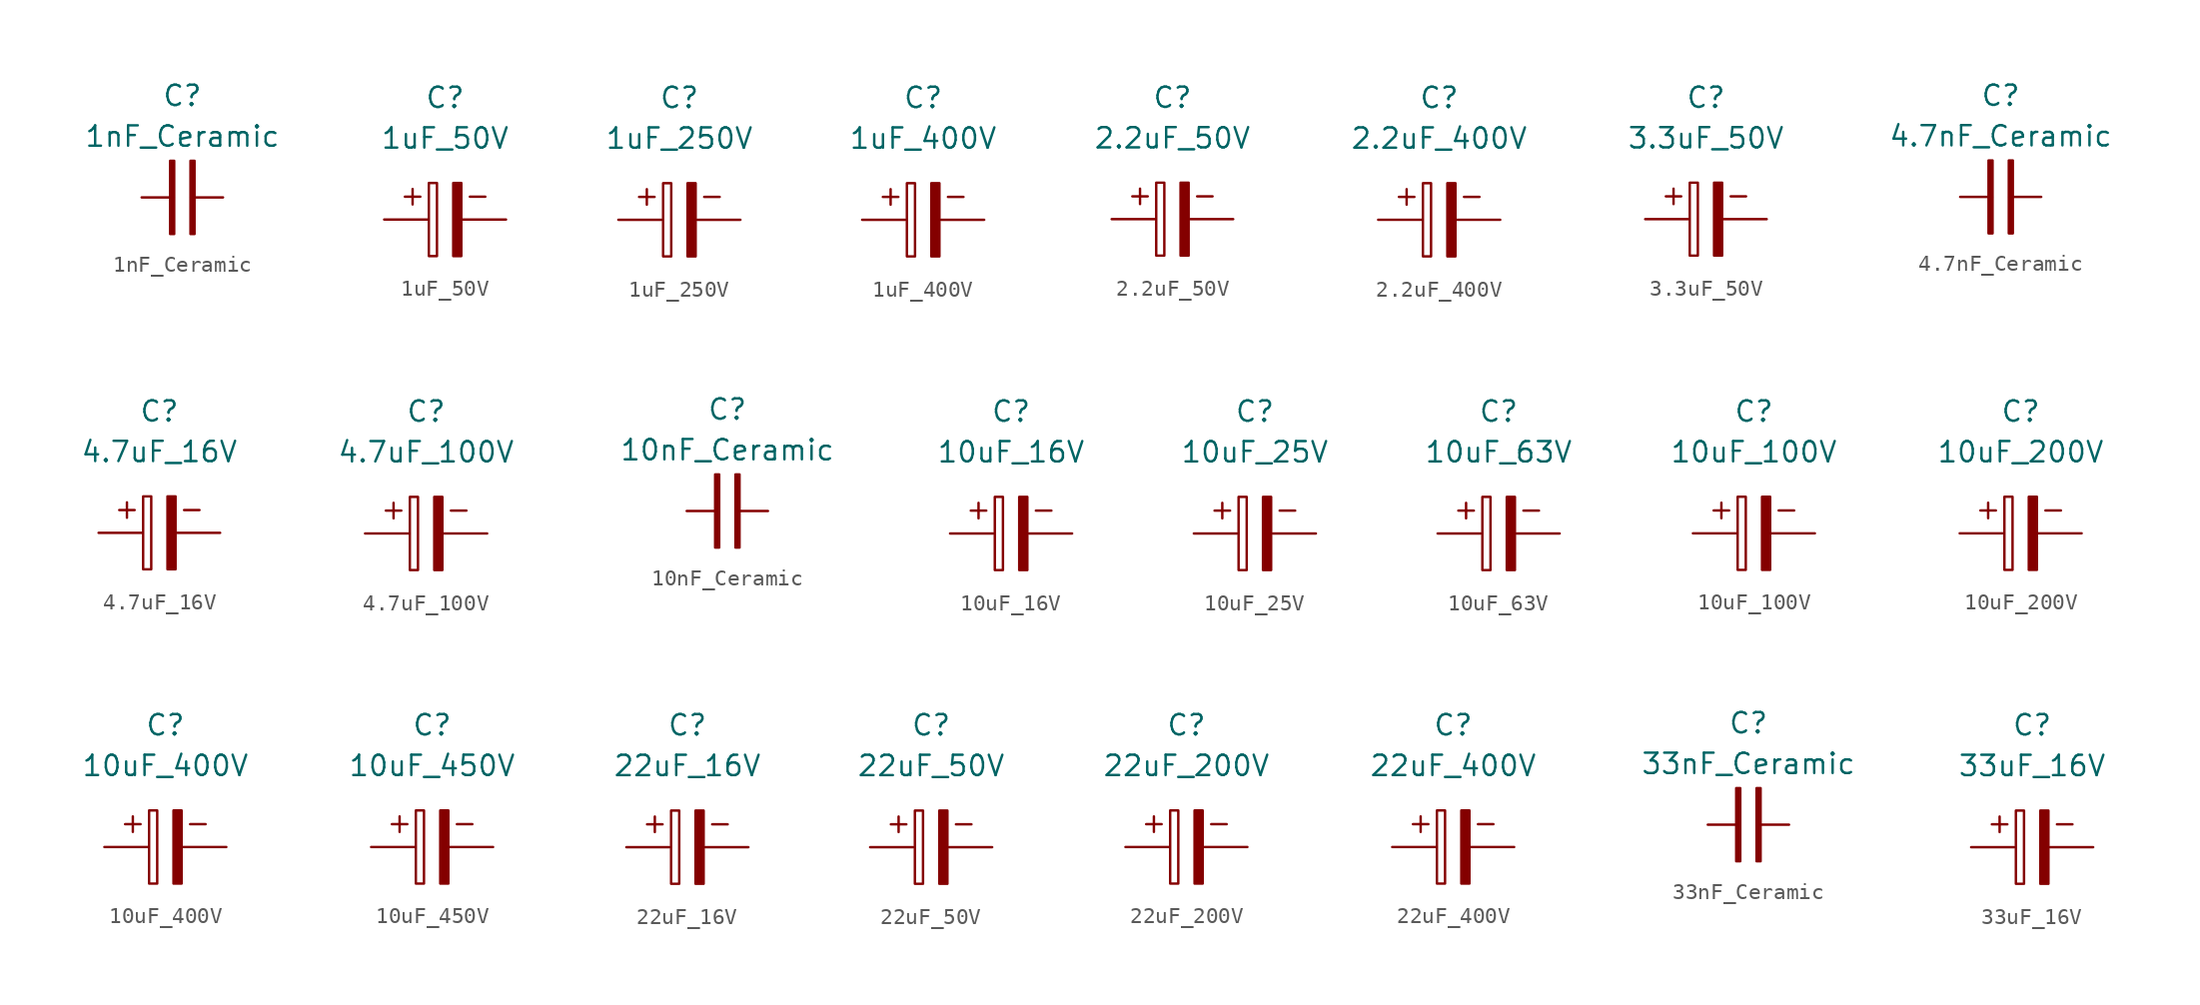
<source format=kicad_sym>
(kicad_symbol_lib
  (version 20220914)
  (generator kicad_symbol_editor)
  (symbol "1nF_Ceramic"
    (property "Reference" "C"
      (at 0 6.35 0)
      (effects (font (size 1.27 1.27))))
    (property "Value" "1nF_Ceramic"
      (at 0 3.81 0)
      (effects (font (size 1.27 1.27))))
    (symbol "1nF_Ceramic_0_1"
      (rectangle (start -0.762 2.286) (end -0.508 -2.286) (stroke (width 0) (type default)) (fill (type outline)))
      (rectangle (start 0.508 2.286) (end 0.762 -2.286) (stroke (width 0) (type default)) (fill (type outline))))
    (symbol "1nF_Ceramic_1_1"
      (pin passive line (at -2.54 0 0) (length 2) (name "~" (effects (font (size 0 0)))) (number "1" (effects (font (size 0 0)))))
      (pin input line (at 2.54 0 180) (length 2) (name "~" (effects (font (size 0 0)))) (number "2" (effects (font (size 0 0)))))))
  (symbol "1uF_50V"
    (property "Reference" "C"
      (at 0 7.62 0)
      (effects (font (size 1.27 1.27))))
    (property "Value" "1uF_50V"
      (at 0 5.08 0)
      (effects (font (size 1.27 1.27))))
    (symbol "1uF_50V_0_0"
      (text "+" (at -2.032 1.524 0) (effects (font (size 1.27 1.27))))
      (text "-" (at 2.032 1.524 0) (effects (font (size 1.27 1.27)))))
    (symbol "1uF_50V_0_1"
      (rectangle (start -1.016 -2.286) (end -0.508 2.286) (stroke (width 0) (type default)) (fill (type none)))
      (rectangle (start 0.508 -2.286) (end 1.016 2.286) (stroke (width 0) (type default)) (fill (type outline))))
    (symbol "1uF_50V_1_1"
      (pin passive line (at -3.81 0 0) (length 2.7) (name "~" (effects (font (size 0 0)))) (number "1" (effects (font (size 0 0)))))
      (pin input line (at 3.81 0 180) (length 2.7) (name "~" (effects (font (size 0 0)))) (number "2" (effects (font (size 0 0)))))))
  (symbol "1uF_250V"
    (property "Reference" "C"
      (at 0 7.62 0)
      (effects (font (size 1.27 1.27))))
    (property "Value" "1uF_250V"
      (at 0 5.08 0)
      (effects (font (size 1.27 1.27))))
    (symbol "1uF_250V_0_0"
      (text "+" (at -2.032 1.524 0) (effects (font (size 1.27 1.27))))
      (text "-" (at 2.032 1.524 0) (effects (font (size 1.27 1.27)))))
    (symbol "1uF_250V_0_1"
      (rectangle (start -1.016 -2.286) (end -0.508 2.286) (stroke (width 0) (type default)) (fill (type none)))
      (rectangle (start 0.508 -2.286) (end 1.016 2.286) (stroke (width 0) (type default)) (fill (type outline))))
    (symbol "1uF_250V_1_1"
      (pin passive line (at -3.81 0 0) (length 2.7) (name "~" (effects (font (size 0 0)))) (number "1" (effects (font (size 0 0)))))
      (pin input line (at 3.81 0 180) (length 2.7) (name "~" (effects (font (size 0 0)))) (number "2" (effects (font (size 0 0)))))))
  (symbol "1uF_400V"
    (property "Reference" "C"
      (at 0 7.62 0)
      (effects (font (size 1.27 1.27))))
    (property "Value" "1uF_400V"
      (at 0 5.08 0)
      (effects (font (size 1.27 1.27))))
    (symbol "1uF_400V_0_0"
      (text "+" (at -2.032 1.524 0) (effects (font (size 1.27 1.27))))
      (text "-" (at 2.032 1.524 0) (effects (font (size 1.27 1.27)))))
    (symbol "1uF_400V_0_1"
      (rectangle (start -1.016 -2.286) (end -0.508 2.286) (stroke (width 0) (type default)) (fill (type none)))
      (rectangle (start 0.508 -2.286) (end 1.016 2.286) (stroke (width 0) (type default)) (fill (type outline))))
    (symbol "1uF_400V_1_1"
      (pin passive line (at -3.81 0 0) (length 2.7) (name "~" (effects (font (size 0 0)))) (number "1" (effects (font (size 0 0)))))
      (pin input line (at 3.81 0 180) (length 2.7) (name "~" (effects (font (size 0 0)))) (number "2" (effects (font (size 0 0)))))))
  (symbol "2.2uF_50V"
    (property "Reference" "C"
      (at 0 7.62 0)
      (effects (font (size 1.27 1.27))))
    (property "Value" "2.2uF_50V"
      (at 0 5.08 0)
      (effects (font (size 1.27 1.27))))
    (symbol "2.2uF_50V_0_0"
      (text "+" (at -2.032 1.524 0) (effects (font (size 1.27 1.27))))
      (text "-" (at 2.032 1.524 0) (effects (font (size 1.27 1.27)))))
    (symbol "2.2uF_50V_0_1"
      (rectangle (start -1.016 -2.286) (end -0.508 2.286) (stroke (width 0) (type default)) (fill (type none)))
      (rectangle (start 0.508 -2.286) (end 1.016 2.286) (stroke (width 0) (type default)) (fill (type outline))))
    (symbol "2.2uF_50V_1_1"
      (pin passive line (at -3.81 0 0) (length 2.7) (name "~" (effects (font (size 0 0)))) (number "1" (effects (font (size 0 0)))))
      (pin input line (at 3.81 0 180) (length 2.7) (name "~" (effects (font (size 0 0)))) (number "2" (effects (font (size 0 0)))))))
  (symbol "2.2uF_400V"
    (property "Reference" "C"
      (at 0 7.62 0)
      (effects (font (size 1.27 1.27))))
    (property "Value" "2.2uF_400V"
      (at 0 5.08 0)
      (effects (font (size 1.27 1.27))))
    (symbol "2.2uF_400V_0_0"
      (text "+" (at -2.032 1.524 0) (effects (font (size 1.27 1.27))))
      (text "-" (at 2.032 1.524 0) (effects (font (size 1.27 1.27)))))
    (symbol "2.2uF_400V_0_1"
      (rectangle (start -1.016 -2.286) (end -0.508 2.286) (stroke (width 0) (type default)) (fill (type none)))
      (rectangle (start 0.508 -2.286) (end 1.016 2.286) (stroke (width 0) (type default)) (fill (type outline))))
    (symbol "2.2uF_400V_1_1"
      (pin passive line (at -3.81 0 0) (length 2.7) (name "~" (effects (font (size 0 0)))) (number "1" (effects (font (size 0 0)))))
      (pin input line (at 3.81 0 180) (length 2.7) (name "~" (effects (font (size 0 0)))) (number "2" (effects (font (size 0 0)))))))
  (symbol "3.3uF_50V"
    (property "Reference" "C"
      (at 0 7.62 0)
      (effects (font (size 1.27 1.27))))
    (property "Value" "3.3uF_50V"
      (at 0 5.08 0)
      (effects (font (size 1.27 1.27))))
    (symbol "3.3uF_50V_0_0"
      (text "+" (at -2.032 1.524 0) (effects (font (size 1.27 1.27))))
      (text "-" (at 2.032 1.524 0) (effects (font (size 1.27 1.27)))))
    (symbol "3.3uF_50V_0_1"
      (rectangle (start -1.016 -2.286) (end -0.508 2.286) (stroke (width 0) (type default)) (fill (type none)))
      (rectangle (start 0.508 -2.286) (end 1.016 2.286) (stroke (width 0) (type default)) (fill (type outline))))
    (symbol "3.3uF_50V_1_1"
      (pin passive line (at -3.81 0 0) (length 2.7) (name "~" (effects (font (size 0 0)))) (number "1" (effects (font (size 0 0)))))
      (pin input line (at 3.81 0 180) (length 2.7) (name "~" (effects (font (size 0 0)))) (number "2" (effects (font (size 0 0)))))))
  (symbol "4.7nF_Ceramic"
    (property "Reference" "C"
      (at 0 6.35 0)
      (effects (font (size 1.27 1.27))))
    (property "Value" "4.7nF_Ceramic"
      (at 0 3.81 0)
      (effects (font (size 1.27 1.27))))
    (symbol "4.7nF_Ceramic_0_1"
      (rectangle (start -0.762 2.286) (end -0.508 -2.286) (stroke (width 0) (type default)) (fill (type outline)))
      (rectangle (start 0.508 2.286) (end 0.762 -2.286) (stroke (width 0) (type default)) (fill (type outline))))
    (symbol "4.7nF_Ceramic_1_1"
      (pin passive line (at -2.54 0 0) (length 2) (name "~" (effects (font (size 0 0)))) (number "1" (effects (font (size 0 0)))))
      (pin input line (at 2.54 0 180) (length 2) (name "~" (effects (font (size 0 0)))) (number "2" (effects (font (size 0 0)))))))
  (symbol "4.7uF_16V"
    (property "Reference" "C"
      (at 0 7.62 0)
      (effects (font (size 1.27 1.27))))
    (property "Value" "4.7uF_16V"
      (at 0 5.08 0)
      (effects (font (size 1.27 1.27))))
    (symbol "4.7uF_16V_0_0"
      (text "+" (at -2.032 1.524 0) (effects (font (size 1.27 1.27))))
      (text "-" (at 2.032 1.524 0) (effects (font (size 1.27 1.27)))))
    (symbol "4.7uF_16V_0_1"
      (rectangle (start -1.016 -2.286) (end -0.508 2.286) (stroke (width 0) (type default)) (fill (type none)))
      (rectangle (start 0.508 -2.286) (end 1.016 2.286) (stroke (width 0) (type default)) (fill (type outline))))
    (symbol "4.7uF_16V_1_1"
      (pin passive line (at -3.81 0 0) (length 2.7) (name "~" (effects (font (size 0 0)))) (number "1" (effects (font (size 0 0)))))
      (pin input line (at 3.81 0 180) (length 2.7) (name "~" (effects (font (size 0 0)))) (number "2" (effects (font (size 0 0)))))))
  (symbol "4.7uF_100V"
    (property "Reference" "C"
      (at 0 7.62 0)
      (effects (font (size 1.27 1.27))))
    (property "Value" "4.7uF_100V"
      (at 0 5.08 0)
      (effects (font (size 1.27 1.27))))
    (symbol "4.7uF_100V_0_0"
      (text "+" (at -2.032 1.524 0) (effects (font (size 1.27 1.27))))
      (text "-" (at 2.032 1.524 0) (effects (font (size 1.27 1.27)))))
    (symbol "4.7uF_100V_0_1"
      (rectangle (start -1.016 -2.286) (end -0.508 2.286) (stroke (width 0) (type default)) (fill (type none)))
      (rectangle (start 0.508 -2.286) (end 1.016 2.286) (stroke (width 0) (type default)) (fill (type outline))))
    (symbol "4.7uF_100V_1_1"
      (pin passive line (at -3.81 0 0) (length 2.7) (name "~" (effects (font (size 0 0)))) (number "1" (effects (font (size 0 0)))))
      (pin input line (at 3.81 0 180) (length 2.7) (name "~" (effects (font (size 0 0)))) (number "2" (effects (font (size 0 0)))))))
  (symbol "10nF_Ceramic"
    (property "Reference" "C"
      (at 0 6.35 0)
      (effects (font (size 1.27 1.27))))
    (property "Value" "10nF_Ceramic"
      (at 0 3.81 0)
      (effects (font (size 1.27 1.27))))
    (symbol "10nF_Ceramic_0_1"
      (rectangle (start -0.762 2.286) (end -0.508 -2.286) (stroke (width 0) (type default)) (fill (type outline)))
      (rectangle (start 0.508 2.286) (end 0.762 -2.286) (stroke (width 0) (type default)) (fill (type outline))))
    (symbol "10nF_Ceramic_1_1"
      (pin passive line (at -2.54 0 0) (length 2) (name "~" (effects (font (size 0 0)))) (number "1" (effects (font (size 0 0)))))
      (pin input line (at 2.54 0 180) (length 2) (name "~" (effects (font (size 0 0)))) (number "2" (effects (font (size 0 0)))))))
  (symbol "10uF_16V"
    (property "Reference" "C"
      (at 0 7.62 0)
      (effects (font (size 1.27 1.27))))
    (property "Value" "10uF_16V"
      (at 0 5.08 0)
      (effects (font (size 1.27 1.27))))
    (symbol "10uF_16V_0_0"
      (text "+" (at -2.032 1.524 0) (effects (font (size 1.27 1.27))))
      (text "-" (at 2.032 1.524 0) (effects (font (size 1.27 1.27)))))
    (symbol "10uF_16V_0_1"
      (rectangle (start -1.016 -2.286) (end -0.508 2.286) (stroke (width 0) (type default)) (fill (type none)))
      (rectangle (start 0.508 -2.286) (end 1.016 2.286) (stroke (width 0) (type default)) (fill (type outline))))
    (symbol "10uF_16V_1_1"
      (pin passive line (at -3.81 0 0) (length 2.7) (name "~" (effects (font (size 0 0)))) (number "1" (effects (font (size 0 0)))))
      (pin input line (at 3.81 0 180) (length 2.7) (name "~" (effects (font (size 0 0)))) (number "2" (effects (font (size 0 0)))))))
  (symbol "10uF_25V"
    (property "Reference" "C"
      (at 0 7.62 0)
      (effects (font (size 1.27 1.27))))
    (property "Value" "10uF_25V"
      (at 0 5.08 0)
      (effects (font (size 1.27 1.27))))
    (symbol "10uF_25V_0_0"
      (text "+" (at -2.032 1.524 0) (effects (font (size 1.27 1.27))))
      (text "-" (at 2.032 1.524 0) (effects (font (size 1.27 1.27)))))
    (symbol "10uF_25V_0_1"
      (rectangle (start -1.016 -2.286) (end -0.508 2.286) (stroke (width 0) (type default)) (fill (type none)))
      (rectangle (start 0.508 -2.286) (end 1.016 2.286) (stroke (width 0) (type default)) (fill (type outline))))
    (symbol "10uF_25V_1_1"
      (pin passive line (at -3.81 0 0) (length 2.7) (name "~" (effects (font (size 0 0)))) (number "1" (effects (font (size 0 0)))))
      (pin input line (at 3.81 0 180) (length 2.7) (name "~" (effects (font (size 0 0)))) (number "2" (effects (font (size 0 0)))))))
  (symbol "10uF_63V"
    (property "Reference" "C"
      (at 0 7.62 0)
      (effects (font (size 1.27 1.27))))
    (property "Value" "10uF_63V"
      (at 0 5.08 0)
      (effects (font (size 1.27 1.27))))
    (symbol "10uF_63V_0_0"
      (text "+" (at -2.032 1.524 0) (effects (font (size 1.27 1.27))))
      (text "-" (at 2.032 1.524 0) (effects (font (size 1.27 1.27)))))
    (symbol "10uF_63V_0_1"
      (rectangle (start -1.016 -2.286) (end -0.508 2.286) (stroke (width 0) (type default)) (fill (type none)))
      (rectangle (start 0.508 -2.286) (end 1.016 2.286) (stroke (width 0) (type default)) (fill (type outline))))
    (symbol "10uF_63V_1_1"
      (pin passive line (at -3.81 0 0) (length 2.7) (name "~" (effects (font (size 0 0)))) (number "1" (effects (font (size 0 0)))))
      (pin input line (at 3.81 0 180) (length 2.7) (name "~" (effects (font (size 0 0)))) (number "2" (effects (font (size 0 0)))))))
  (symbol "10uF_100V"
    (property "Reference" "C"
      (at 0 7.62 0)
      (effects (font (size 1.27 1.27))))
    (property "Value" "10uF_100V"
      (at 0 5.08 0)
      (effects (font (size 1.27 1.27))))
    (symbol "10uF_100V_0_0"
      (text "+" (at -2.032 1.524 0) (effects (font (size 1.27 1.27))))
      (text "-" (at 2.032 1.524 0) (effects (font (size 1.27 1.27)))))
    (symbol "10uF_100V_0_1"
      (rectangle (start -1.016 -2.286) (end -0.508 2.286) (stroke (width 0) (type default)) (fill (type none)))
      (rectangle (start 0.508 -2.286) (end 1.016 2.286) (stroke (width 0) (type default)) (fill (type outline))))
    (symbol "10uF_100V_1_1"
      (pin passive line (at -3.81 0 0) (length 2.7) (name "~" (effects (font (size 0 0)))) (number "1" (effects (font (size 0 0)))))
      (pin input line (at 3.81 0 180) (length 2.7) (name "~" (effects (font (size 0 0)))) (number "2" (effects (font (size 0 0)))))))
  (symbol "10uF_200V"
    (property "Reference" "C"
      (at 0 7.62 0)
      (effects (font (size 1.27 1.27))))
    (property "Value" "10uF_200V"
      (at 0 5.08 0)
      (effects (font (size 1.27 1.27))))
    (symbol "10uF_200V_0_0"
      (text "+" (at -2.032 1.524 0) (effects (font (size 1.27 1.27))))
      (text "-" (at 2.032 1.524 0) (effects (font (size 1.27 1.27)))))
    (symbol "10uF_200V_0_1"
      (rectangle (start -1.016 -2.286) (end -0.508 2.286) (stroke (width 0) (type default)) (fill (type none)))
      (rectangle (start 0.508 -2.286) (end 1.016 2.286) (stroke (width 0) (type default)) (fill (type outline))))
    (symbol "10uF_200V_1_1"
      (pin passive line (at -3.81 0 0) (length 2.7) (name "~" (effects (font (size 0 0)))) (number "1" (effects (font (size 0 0)))))
      (pin input line (at 3.81 0 180) (length 2.7) (name "~" (effects (font (size 0 0)))) (number "2" (effects (font (size 0 0)))))))
  (symbol "10uF_400V"
    (property "Reference" "C"
      (at 0 7.62 0)
      (effects (font (size 1.27 1.27))))
    (property "Value" "10uF_400V"
      (at 0 5.08 0)
      (effects (font (size 1.27 1.27))))
    (symbol "10uF_400V_0_0"
      (text "+" (at -2.032 1.524 0) (effects (font (size 1.27 1.27))))
      (text "-" (at 2.032 1.524 0) (effects (font (size 1.27 1.27)))))
    (symbol "10uF_400V_0_1"
      (rectangle (start -1.016 -2.286) (end -0.508 2.286) (stroke (width 0) (type default)) (fill (type none)))
      (rectangle (start 0.508 -2.286) (end 1.016 2.286) (stroke (width 0) (type default)) (fill (type outline))))
    (symbol "10uF_400V_1_1"
      (pin passive line (at -3.81 0 0) (length 2.7) (name "~" (effects (font (size 0 0)))) (number "1" (effects (font (size 0 0)))))
      (pin input line (at 3.81 0 180) (length 2.7) (name "~" (effects (font (size 0 0)))) (number "2" (effects (font (size 0 0)))))))
  (symbol "10uF_450V"
    (property "Reference" "C"
      (at 0 7.62 0)
      (effects (font (size 1.27 1.27))))
    (property "Value" "10uF_450V"
      (at 0 5.08 0)
      (effects (font (size 1.27 1.27))))
    (symbol "10uF_450V_0_0"
      (text "+" (at -2.032 1.524 0) (effects (font (size 1.27 1.27))))
      (text "-" (at 2.032 1.524 0) (effects (font (size 1.27 1.27)))))
    (symbol "10uF_450V_0_1"
      (rectangle (start -1.016 -2.286) (end -0.508 2.286) (stroke (width 0) (type default)) (fill (type none)))
      (rectangle (start 0.508 -2.286) (end 1.016 2.286) (stroke (width 0) (type default)) (fill (type outline))))
    (symbol "10uF_450V_1_1"
      (pin passive line (at -3.81 0 0) (length 2.7) (name "~" (effects (font (size 0 0)))) (number "1" (effects (font (size 0 0)))))
      (pin input line (at 3.81 0 180) (length 2.7) (name "~" (effects (font (size 0 0)))) (number "2" (effects (font (size 0 0)))))))
  (symbol "22uF_16V"
    (property "Reference" "C"
      (at 0 7.62 0)
      (effects (font (size 1.27 1.27))))
    (property "Value" "22uF_16V"
      (at 0 5.08 0)
      (effects (font (size 1.27 1.27))))
    (symbol "22uF_16V_0_0"
      (text "+" (at -2.032 1.524 0) (effects (font (size 1.27 1.27))))
      (text "-" (at 2.032 1.524 0) (effects (font (size 1.27 1.27)))))
    (symbol "22uF_16V_0_1"
      (rectangle (start -1.016 -2.286) (end -0.508 2.286) (stroke (width 0) (type default)) (fill (type none)))
      (rectangle (start 0.508 -2.286) (end 1.016 2.286) (stroke (width 0) (type default)) (fill (type outline))))
    (symbol "22uF_16V_1_1"
      (pin passive line (at -3.81 0 0) (length 2.7) (name "~" (effects (font (size 0 0)))) (number "1" (effects (font (size 0 0)))))
      (pin input line (at 3.81 0 180) (length 2.7) (name "~" (effects (font (size 0 0)))) (number "2" (effects (font (size 0 0)))))))
  (symbol "22uF_50V"
    (property "Reference" "C"
      (at 0 7.62 0)
      (effects (font (size 1.27 1.27))))
    (property "Value" "22uF_50V"
      (at 0 5.08 0)
      (effects (font (size 1.27 1.27))))
    (symbol "22uF_50V_0_0"
      (text "+" (at -2.032 1.524 0) (effects (font (size 1.27 1.27))))
      (text "-" (at 2.032 1.524 0) (effects (font (size 1.27 1.27)))))
    (symbol "22uF_50V_0_1"
      (rectangle (start -1.016 -2.286) (end -0.508 2.286) (stroke (width 0) (type default)) (fill (type none)))
      (rectangle (start 0.508 -2.286) (end 1.016 2.286) (stroke (width 0) (type default)) (fill (type outline))))
    (symbol "22uF_50V_1_1"
      (pin passive line (at -3.81 0 0) (length 2.7) (name "~" (effects (font (size 0 0)))) (number "1" (effects (font (size 0 0)))))
      (pin input line (at 3.81 0 180) (length 2.7) (name "~" (effects (font (size 0 0)))) (number "2" (effects (font (size 0 0)))))))
  (symbol "22uF_200V"
    (property "Reference" "C"
      (at 0 7.62 0)
      (effects (font (size 1.27 1.27))))
    (property "Value" "22uF_200V"
      (at 0 5.08 0)
      (effects (font (size 1.27 1.27))))
    (symbol "22uF_200V_0_0"
      (text "+" (at -2.032 1.524 0) (effects (font (size 1.27 1.27))))
      (text "-" (at 2.032 1.524 0) (effects (font (size 1.27 1.27)))))
    (symbol "22uF_200V_0_1"
      (rectangle (start -1.016 -2.286) (end -0.508 2.286) (stroke (width 0) (type default)) (fill (type none)))
      (rectangle (start 0.508 -2.286) (end 1.016 2.286) (stroke (width 0) (type default)) (fill (type outline))))
    (symbol "22uF_200V_1_1"
      (pin passive line (at -3.81 0 0) (length 2.7) (name "~" (effects (font (size 0 0)))) (number "1" (effects (font (size 0 0)))))
      (pin input line (at 3.81 0 180) (length 2.7) (name "~" (effects (font (size 0 0)))) (number "2" (effects (font (size 0 0)))))))
  (symbol "22uF_400V"
    (property "Reference" "C"
      (at 0 7.62 0)
      (effects (font (size 1.27 1.27))))
    (property "Value" "22uF_400V"
      (at 0 5.08 0)
      (effects (font (size 1.27 1.27))))
    (symbol "22uF_400V_0_0"
      (text "+" (at -2.032 1.524 0) (effects (font (size 1.27 1.27))))
      (text "-" (at 2.032 1.524 0) (effects (font (size 1.27 1.27)))))
    (symbol "22uF_400V_0_1"
      (rectangle (start -1.016 -2.286) (end -0.508 2.286) (stroke (width 0) (type default)) (fill (type none)))
      (rectangle (start 0.508 -2.286) (end 1.016 2.286) (stroke (width 0) (type default)) (fill (type outline))))
    (symbol "22uF_400V_1_1"
      (pin passive line (at -3.81 0 0) (length 2.7) (name "~" (effects (font (size 0 0)))) (number "1" (effects (font (size 0 0)))))
      (pin input line (at 3.81 0 180) (length 2.7) (name "~" (effects (font (size 0 0)))) (number "2" (effects (font (size 0 0)))))))
  (symbol "33nF_Ceramic"
    (property "Reference" "C"
      (at 0 6.35 0)
      (effects (font (size 1.27 1.27))))
    (property "Value" "33nF_Ceramic"
      (at 0 3.81 0)
      (effects (font (size 1.27 1.27))))
    (symbol "33nF_Ceramic_0_1"
      (rectangle (start -0.762 2.286) (end -0.508 -2.286) (stroke (width 0) (type default)) (fill (type outline)))
      (rectangle (start 0.508 2.286) (end 0.762 -2.286) (stroke (width 0) (type default)) (fill (type outline))))
    (symbol "33nF_Ceramic_1_1"
      (pin passive line (at -2.54 0 0) (length 2) (name "~" (effects (font (size 0 0)))) (number "1" (effects (font (size 0 0)))))
      (pin input line (at 2.54 0 180) (length 2) (name "~" (effects (font (size 0 0)))) (number "2" (effects (font (size 0 0)))))))
  (symbol "33uF_16V"
    (property "Reference" "C"
      (at 0 7.62 0)
      (effects (font (size 1.27 1.27))))
    (property "Value" "33uF_16V"
      (at 0 5.08 0)
      (effects (font (size 1.27 1.27))))
    (symbol "33uF_16V_0_0"
      (text "+" (at -2.032 1.524 0) (effects (font (size 1.27 1.27))))
      (text "-" (at 2.032 1.524 0) (effects (font (size 1.27 1.27)))))
    (symbol "33uF_16V_0_1"
      (rectangle (start -1.016 -2.286) (end -0.508 2.286) (stroke (width 0) (type default)) (fill (type none)))
      (rectangle (start 0.508 -2.286) (end 1.016 2.286) (stroke (width 0) (type default)) (fill (type outline))))
    (symbol "33uF_16V_1_1"
      (pin passive line (at -3.81 0 0) (length 2.7) (name "~" (effects (font (size 0 0)))) (number "1" (effects (font (size 0 0)))))
      (pin input line (at 3.81 0 180) (length 2.7) (name "~" (effects (font (size 0 0)))) (number "2" (effects (font (size 0 0))))))))
</source>
